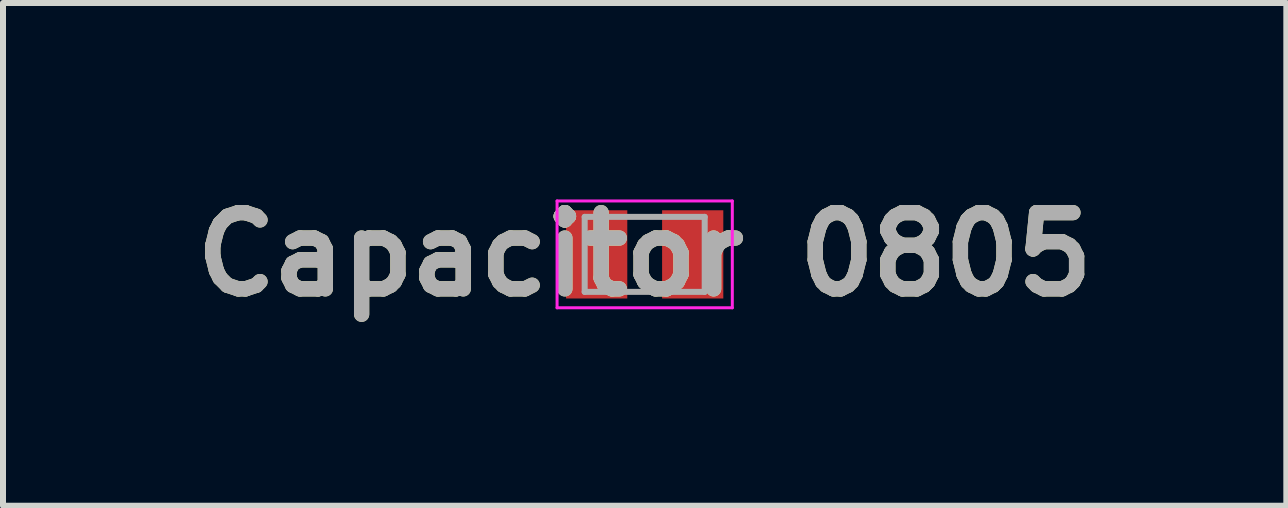
<source format=kicad_pcb>
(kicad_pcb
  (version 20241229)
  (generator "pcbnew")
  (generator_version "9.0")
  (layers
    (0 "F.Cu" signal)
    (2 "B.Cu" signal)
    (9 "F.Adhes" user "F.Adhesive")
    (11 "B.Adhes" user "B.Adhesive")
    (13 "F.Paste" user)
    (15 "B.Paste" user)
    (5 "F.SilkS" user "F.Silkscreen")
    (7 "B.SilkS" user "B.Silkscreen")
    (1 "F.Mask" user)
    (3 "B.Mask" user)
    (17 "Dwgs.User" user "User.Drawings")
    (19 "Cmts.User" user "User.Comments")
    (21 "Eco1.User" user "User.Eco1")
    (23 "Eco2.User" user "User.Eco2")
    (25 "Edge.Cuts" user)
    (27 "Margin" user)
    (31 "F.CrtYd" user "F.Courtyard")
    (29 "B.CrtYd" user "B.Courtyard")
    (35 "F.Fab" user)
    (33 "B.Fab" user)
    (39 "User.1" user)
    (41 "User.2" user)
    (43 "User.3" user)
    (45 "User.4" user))
  (footprint "Capacitor 0805"
    (layer "F.Cu")
    (at 7.693 1.189)
    (property "Reference" "Capacitor 0805" (at 0 0 0) (layer "F.SilkS") (effects (font (size 1.27 1.27) (thickness 0.254))))
    (attr smd)
    (fp_line (start -1.46 -0.89) (end 1.46 -0.89) (stroke (width 0.05) (type solid)) (layer "F.CrtYd"))
    (fp_line (start -1.46 0.89) (end -1.46 -0.89) (stroke (width 0.05) (type solid)) (layer "F.CrtYd"))
    (fp_line (start 1.46 -0.89) (end 1.46 0.89) (stroke (width 0.05) (type solid)) (layer "F.CrtYd"))
    (fp_line (start 1.46 0.89) (end -1.46 0.89) (stroke (width 0.05) (type solid)) (layer "F.CrtYd"))
    (fp_line (start -1 -0.625) (end 1 -0.625) (stroke (width 0.1) (type solid)) (layer "F.Fab"))
    (fp_line (start -1 0.625) (end -1 -0.625) (stroke (width 0.1) (type solid)) (layer "F.Fab"))
    (fp_line (start 1 -0.625) (end 1 0.625) (stroke (width 0.1) (type solid)) (layer "F.Fab"))
    (fp_line (start 1 0.625) (end -1 0.625) (stroke (width 0.1) (type solid)) (layer "F.Fab"))
    (fp_text user "${REFERENCE}" (at 0 0 0) (layer "F.Fab") (effects (font (size 1.27 1.27) (thickness 0.254))))
    (pad "1" smd rect (at -0.8 0) (size 1.02 1.47) (layers "F.Cu" "F.Mask" "F.Paste"))
    (pad "2" smd rect (at 0.8 0) (size 1.02 1.47) (layers "F.Cu" "F.Mask" "F.Paste")))
  (gr_rect
    (start -3 -3)
    (end 18.385 5.377)
    (stroke (width 0.1) (type default))
    (fill no)
    (layer "Edge.Cuts")))
</source>
